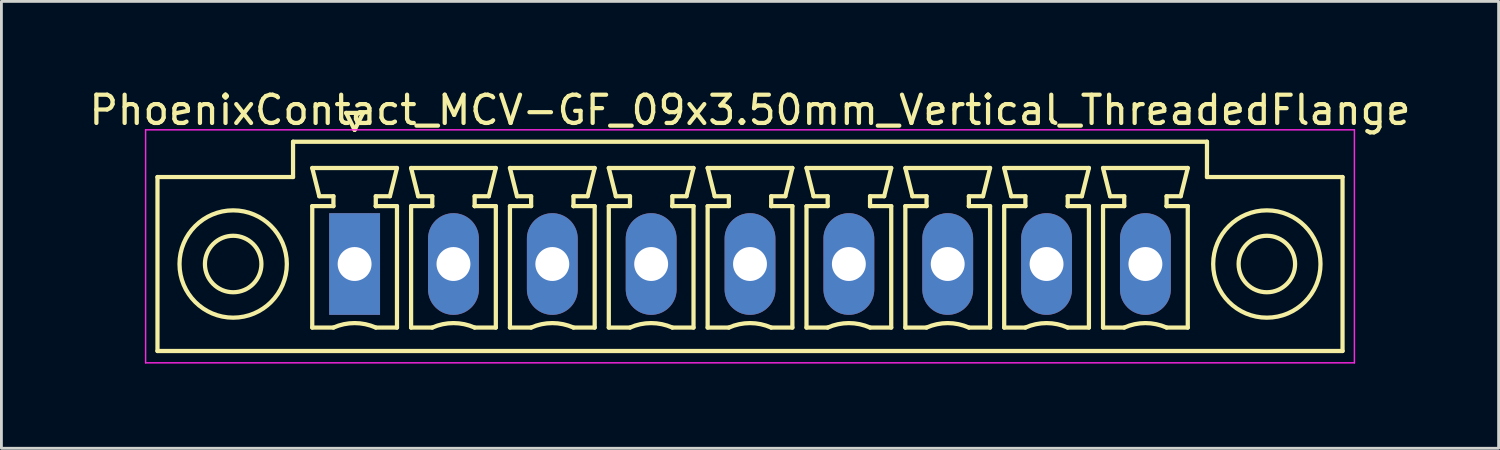
<source format=kicad_pcb>
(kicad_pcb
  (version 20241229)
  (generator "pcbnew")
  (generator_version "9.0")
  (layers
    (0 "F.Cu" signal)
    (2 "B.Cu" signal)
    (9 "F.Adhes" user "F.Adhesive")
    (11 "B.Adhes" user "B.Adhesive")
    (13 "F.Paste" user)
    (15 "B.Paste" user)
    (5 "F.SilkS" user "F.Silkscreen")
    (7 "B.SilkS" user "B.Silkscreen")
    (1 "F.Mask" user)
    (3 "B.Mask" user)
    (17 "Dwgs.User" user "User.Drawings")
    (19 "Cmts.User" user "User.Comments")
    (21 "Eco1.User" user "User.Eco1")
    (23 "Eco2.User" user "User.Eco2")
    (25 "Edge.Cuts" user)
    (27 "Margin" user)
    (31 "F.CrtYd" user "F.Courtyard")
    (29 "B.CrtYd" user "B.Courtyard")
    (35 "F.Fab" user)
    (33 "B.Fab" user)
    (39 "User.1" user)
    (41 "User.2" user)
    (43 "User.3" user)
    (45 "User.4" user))
  (footprint "PhoenixContact_MCV-GF_09x3.50mm_Vertical_ThreadedFlange"
    (layer "F.Cu")
    (at 9.506 6.298)
    (property "Reference" "PhoenixContact_MCV-GF_09x3.50mm_Vertical_ThreadedFlange" (at 14 -5.45 0) (layer "F.SilkS") (effects (font (size 1 1) (thickness 0.15))))
    (attr through_hole)
    (fp_line (start -6.98 -3.08) (end -6.98 3.08) (stroke (width 0.15) (type solid)) (layer "F.SilkS"))
    (fp_line (start -6.98 3.08) (end 34.98 3.08) (stroke (width 0.15) (type solid)) (layer "F.SilkS"))
    (fp_line (start -2.18 -4.33) (end -2.18 -3.08) (stroke (width 0.15) (type solid)) (layer "F.SilkS"))
    (fp_line (start -2.18 -3.08) (end -6.98 -3.08) (stroke (width 0.15) (type solid)) (layer "F.SilkS"))
    (fp_line (start -1.5 -3.4) (end 1.5 -3.4) (stroke (width 0.15) (type solid)) (layer "F.SilkS"))
    (fp_line (start -1.5 -2.05) (end -0.75 -2.05) (stroke (width 0.15) (type solid)) (layer "F.SilkS"))
    (fp_line (start -1.5 2.25) (end -1.5 -2.05) (stroke (width 0.15) (type solid)) (layer "F.SilkS"))
    (fp_line (start -1.25 -2.4) (end -1.5 -3.4) (stroke (width 0.15) (type solid)) (layer "F.SilkS"))
    (fp_line (start -0.75 -2.4) (end -1.25 -2.4) (stroke (width 0.15) (type solid)) (layer "F.SilkS"))
    (fp_line (start -0.75 -2.05) (end -0.75 -2.4) (stroke (width 0.15) (type solid)) (layer "F.SilkS"))
    (fp_line (start -0.75 2.25) (end -1.5 2.25) (stroke (width 0.15) (type solid)) (layer "F.SilkS"))
    (fp_line (start -0.3 -5.35) (end 0 -4.75) (stroke (width 0.15) (type solid)) (layer "F.SilkS"))
    (fp_line (start 0 -4.75) (end 0.3 -5.35) (stroke (width 0.15) (type solid)) (layer "F.SilkS"))
    (fp_line (start 0.3 -5.35) (end -0.3 -5.35) (stroke (width 0.15) (type solid)) (layer "F.SilkS"))
    (fp_line (start 0.75 -2.4) (end 0.75 -2.05) (stroke (width 0.15) (type solid)) (layer "F.SilkS"))
    (fp_line (start 0.75 -2.05) (end 0.75 -2.05) (stroke (width 0.15) (type solid)) (layer "F.SilkS"))
    (fp_line (start 0.75 -2.05) (end 1.5 -2.05) (stroke (width 0.15) (type solid)) (layer "F.SilkS"))
    (fp_line (start 1.25 -2.4) (end 0.75 -2.4) (stroke (width 0.15) (type solid)) (layer "F.SilkS"))
    (fp_line (start 1.5 -3.4) (end 1.25 -2.4) (stroke (width 0.15) (type solid)) (layer "F.SilkS"))
    (fp_line (start 1.5 -2.05) (end 1.5 2.25) (stroke (width 0.15) (type solid)) (layer "F.SilkS"))
    (fp_line (start 1.5 2.25) (end 0.75 2.25) (stroke (width 0.15) (type solid)) (layer "F.SilkS"))
    (fp_line (start 2 -3.4) (end 5 -3.4) (stroke (width 0.15) (type solid)) (layer "F.SilkS"))
    (fp_line (start 2 -2.05) (end 2.75 -2.05) (stroke (width 0.15) (type solid)) (layer "F.SilkS"))
    (fp_line (start 2 2.25) (end 2 -2.05) (stroke (width 0.15) (type solid)) (layer "F.SilkS"))
    (fp_line (start 2.25 -2.4) (end 2 -3.4) (stroke (width 0.15) (type solid)) (layer "F.SilkS"))
    (fp_line (start 2.75 -2.4) (end 2.25 -2.4) (stroke (width 0.15) (type solid)) (layer "F.SilkS"))
    (fp_line (start 2.75 -2.05) (end 2.75 -2.4) (stroke (width 0.15) (type solid)) (layer "F.SilkS"))
    (fp_line (start 2.75 2.25) (end 2 2.25) (stroke (width 0.15) (type solid)) (layer "F.SilkS"))
    (fp_line (start 4.25 -2.4) (end 4.25 -2.05) (stroke (width 0.15) (type solid)) (layer "F.SilkS"))
    (fp_line (start 4.25 -2.05) (end 4.25 -2.05) (stroke (width 0.15) (type solid)) (layer "F.SilkS"))
    (fp_line (start 4.25 -2.05) (end 5 -2.05) (stroke (width 0.15) (type solid)) (layer "F.SilkS"))
    (fp_line (start 4.75 -2.4) (end 4.25 -2.4) (stroke (width 0.15) (type solid)) (layer "F.SilkS"))
    (fp_line (start 5 -3.4) (end 4.75 -2.4) (stroke (width 0.15) (type solid)) (layer "F.SilkS"))
    (fp_line (start 5 -2.05) (end 5 2.25) (stroke (width 0.15) (type solid)) (layer "F.SilkS"))
    (fp_line (start 5 2.25) (end 4.25 2.25) (stroke (width 0.15) (type solid)) (layer "F.SilkS"))
    (fp_line (start 5.5 -3.4) (end 8.5 -3.4) (stroke (width 0.15) (type solid)) (layer "F.SilkS"))
    (fp_line (start 5.5 -2.05) (end 6.25 -2.05) (stroke (width 0.15) (type solid)) (layer "F.SilkS"))
    (fp_line (start 5.5 2.25) (end 5.5 -2.05) (stroke (width 0.15) (type solid)) (layer "F.SilkS"))
    (fp_line (start 5.75 -2.4) (end 5.5 -3.4) (stroke (width 0.15) (type solid)) (layer "F.SilkS"))
    (fp_line (start 6.25 -2.4) (end 5.75 -2.4) (stroke (width 0.15) (type solid)) (layer "F.SilkS"))
    (fp_line (start 6.25 -2.05) (end 6.25 -2.4) (stroke (width 0.15) (type solid)) (layer "F.SilkS"))
    (fp_line (start 6.25 2.25) (end 5.5 2.25) (stroke (width 0.15) (type solid)) (layer "F.SilkS"))
    (fp_line (start 7.75 -2.4) (end 7.75 -2.05) (stroke (width 0.15) (type solid)) (layer "F.SilkS"))
    (fp_line (start 7.75 -2.05) (end 7.75 -2.05) (stroke (width 0.15) (type solid)) (layer "F.SilkS"))
    (fp_line (start 7.75 -2.05) (end 8.5 -2.05) (stroke (width 0.15) (type solid)) (layer "F.SilkS"))
    (fp_line (start 8.25 -2.4) (end 7.75 -2.4) (stroke (width 0.15) (type solid)) (layer "F.SilkS"))
    (fp_line (start 8.5 -3.4) (end 8.25 -2.4) (stroke (width 0.15) (type solid)) (layer "F.SilkS"))
    (fp_line (start 8.5 -2.05) (end 8.5 2.25) (stroke (width 0.15) (type solid)) (layer "F.SilkS"))
    (fp_line (start 8.5 2.25) (end 7.75 2.25) (stroke (width 0.15) (type solid)) (layer "F.SilkS"))
    (fp_line (start 9 -3.4) (end 12 -3.4) (stroke (width 0.15) (type solid)) (layer "F.SilkS"))
    (fp_line (start 9 -2.05) (end 9.75 -2.05) (stroke (width 0.15) (type solid)) (layer "F.SilkS"))
    (fp_line (start 9 2.25) (end 9 -2.05) (stroke (width 0.15) (type solid)) (layer "F.SilkS"))
    (fp_line (start 9.25 -2.4) (end 9 -3.4) (stroke (width 0.15) (type solid)) (layer "F.SilkS"))
    (fp_line (start 9.75 -2.4) (end 9.25 -2.4) (stroke (width 0.15) (type solid)) (layer "F.SilkS"))
    (fp_line (start 9.75 -2.05) (end 9.75 -2.4) (stroke (width 0.15) (type solid)) (layer "F.SilkS"))
    (fp_line (start 9.75 2.25) (end 9 2.25) (stroke (width 0.15) (type solid)) (layer "F.SilkS"))
    (fp_line (start 11.25 -2.4) (end 11.25 -2.05) (stroke (width 0.15) (type solid)) (layer "F.SilkS"))
    (fp_line (start 11.25 -2.05) (end 11.25 -2.05) (stroke (width 0.15) (type solid)) (layer "F.SilkS"))
    (fp_line (start 11.25 -2.05) (end 12 -2.05) (stroke (width 0.15) (type solid)) (layer "F.SilkS"))
    (fp_line (start 11.75 -2.4) (end 11.25 -2.4) (stroke (width 0.15) (type solid)) (layer "F.SilkS"))
    (fp_line (start 12 -3.4) (end 11.75 -2.4) (stroke (width 0.15) (type solid)) (layer "F.SilkS"))
    (fp_line (start 12 -2.05) (end 12 2.25) (stroke (width 0.15) (type solid)) (layer "F.SilkS"))
    (fp_line (start 12 2.25) (end 11.25 2.25) (stroke (width 0.15) (type solid)) (layer "F.SilkS"))
    (fp_line (start 12.5 -3.4) (end 15.5 -3.4) (stroke (width 0.15) (type solid)) (layer "F.SilkS"))
    (fp_line (start 12.5 -2.05) (end 13.25 -2.05) (stroke (width 0.15) (type solid)) (layer "F.SilkS"))
    (fp_line (start 12.5 2.25) (end 12.5 -2.05) (stroke (width 0.15) (type solid)) (layer "F.SilkS"))
    (fp_line (start 12.75 -2.4) (end 12.5 -3.4) (stroke (width 0.15) (type solid)) (layer "F.SilkS"))
    (fp_line (start 13.25 -2.4) (end 12.75 -2.4) (stroke (width 0.15) (type solid)) (layer "F.SilkS"))
    (fp_line (start 13.25 -2.05) (end 13.25 -2.4) (stroke (width 0.15) (type solid)) (layer "F.SilkS"))
    (fp_line (start 13.25 2.25) (end 12.5 2.25) (stroke (width 0.15) (type solid)) (layer "F.SilkS"))
    (fp_line (start 14.75 -2.4) (end 14.75 -2.05) (stroke (width 0.15) (type solid)) (layer "F.SilkS"))
    (fp_line (start 14.75 -2.05) (end 14.75 -2.05) (stroke (width 0.15) (type solid)) (layer "F.SilkS"))
    (fp_line (start 14.75 -2.05) (end 15.5 -2.05) (stroke (width 0.15) (type solid)) (layer "F.SilkS"))
    (fp_line (start 15.25 -2.4) (end 14.75 -2.4) (stroke (width 0.15) (type solid)) (layer "F.SilkS"))
    (fp_line (start 15.5 -3.4) (end 15.25 -2.4) (stroke (width 0.15) (type solid)) (layer "F.SilkS"))
    (fp_line (start 15.5 -2.05) (end 15.5 2.25) (stroke (width 0.15) (type solid)) (layer "F.SilkS"))
    (fp_line (start 15.5 2.25) (end 14.75 2.25) (stroke (width 0.15) (type solid)) (layer "F.SilkS"))
    (fp_line (start 16 -3.4) (end 19 -3.4) (stroke (width 0.15) (type solid)) (layer "F.SilkS"))
    (fp_line (start 16 -2.05) (end 16.75 -2.05) (stroke (width 0.15) (type solid)) (layer "F.SilkS"))
    (fp_line (start 16 2.25) (end 16 -2.05) (stroke (width 0.15) (type solid)) (layer "F.SilkS"))
    (fp_line (start 16.25 -2.4) (end 16 -3.4) (stroke (width 0.15) (type solid)) (layer "F.SilkS"))
    (fp_line (start 16.75 -2.4) (end 16.25 -2.4) (stroke (width 0.15) (type solid)) (layer "F.SilkS"))
    (fp_line (start 16.75 -2.05) (end 16.75 -2.4) (stroke (width 0.15) (type solid)) (layer "F.SilkS"))
    (fp_line (start 16.75 2.25) (end 16 2.25) (stroke (width 0.15) (type solid)) (layer "F.SilkS"))
    (fp_line (start 18.25 -2.4) (end 18.25 -2.05) (stroke (width 0.15) (type solid)) (layer "F.SilkS"))
    (fp_line (start 18.25 -2.05) (end 18.25 -2.05) (stroke (width 0.15) (type solid)) (layer "F.SilkS"))
    (fp_line (start 18.25 -2.05) (end 19 -2.05) (stroke (width 0.15) (type solid)) (layer "F.SilkS"))
    (fp_line (start 18.75 -2.4) (end 18.25 -2.4) (stroke (width 0.15) (type solid)) (layer "F.SilkS"))
    (fp_line (start 19 -3.4) (end 18.75 -2.4) (stroke (width 0.15) (type solid)) (layer "F.SilkS"))
    (fp_line (start 19 -2.05) (end 19 2.25) (stroke (width 0.15) (type solid)) (layer "F.SilkS"))
    (fp_line (start 19 2.25) (end 18.25 2.25) (stroke (width 0.15) (type solid)) (layer "F.SilkS"))
    (fp_line (start 19.5 -3.4) (end 22.5 -3.4) (stroke (width 0.15) (type solid)) (layer "F.SilkS"))
    (fp_line (start 19.5 -2.05) (end 20.25 -2.05) (stroke (width 0.15) (type solid)) (layer "F.SilkS"))
    (fp_line (start 19.5 2.25) (end 19.5 -2.05) (stroke (width 0.15) (type solid)) (layer "F.SilkS"))
    (fp_line (start 19.75 -2.4) (end 19.5 -3.4) (stroke (width 0.15) (type solid)) (layer "F.SilkS"))
    (fp_line (start 20.25 -2.4) (end 19.75 -2.4) (stroke (width 0.15) (type solid)) (layer "F.SilkS"))
    (fp_line (start 20.25 -2.05) (end 20.25 -2.4) (stroke (width 0.15) (type solid)) (layer "F.SilkS"))
    (fp_line (start 20.25 2.25) (end 19.5 2.25) (stroke (width 0.15) (type solid)) (layer "F.SilkS"))
    (fp_line (start 21.75 -2.4) (end 21.75 -2.05) (stroke (width 0.15) (type solid)) (layer "F.SilkS"))
    (fp_line (start 21.75 -2.05) (end 21.75 -2.05) (stroke (width 0.15) (type solid)) (layer "F.SilkS"))
    (fp_line (start 21.75 -2.05) (end 22.5 -2.05) (stroke (width 0.15) (type solid)) (layer "F.SilkS"))
    (fp_line (start 22.25 -2.4) (end 21.75 -2.4) (stroke (width 0.15) (type solid)) (layer "F.SilkS"))
    (fp_line (start 22.5 -3.4) (end 22.25 -2.4) (stroke (width 0.15) (type solid)) (layer "F.SilkS"))
    (fp_line (start 22.5 -2.05) (end 22.5 2.25) (stroke (width 0.15) (type solid)) (layer "F.SilkS"))
    (fp_line (start 22.5 2.25) (end 21.75 2.25) (stroke (width 0.15) (type solid)) (layer "F.SilkS"))
    (fp_line (start 23 -3.4) (end 26 -3.4) (stroke (width 0.15) (type solid)) (layer "F.SilkS"))
    (fp_line (start 23 -2.05) (end 23.75 -2.05) (stroke (width 0.15) (type solid)) (layer "F.SilkS"))
    (fp_line (start 23 2.25) (end 23 -2.05) (stroke (width 0.15) (type solid)) (layer "F.SilkS"))
    (fp_line (start 23.25 -2.4) (end 23 -3.4) (stroke (width 0.15) (type solid)) (layer "F.SilkS"))
    (fp_line (start 23.75 -2.4) (end 23.25 -2.4) (stroke (width 0.15) (type solid)) (layer "F.SilkS"))
    (fp_line (start 23.75 -2.05) (end 23.75 -2.4) (stroke (width 0.15) (type solid)) (layer "F.SilkS"))
    (fp_line (start 23.75 2.25) (end 23 2.25) (stroke (width 0.15) (type solid)) (layer "F.SilkS"))
    (fp_line (start 25.25 -2.4) (end 25.25 -2.05) (stroke (width 0.15) (type solid)) (layer "F.SilkS"))
    (fp_line (start 25.25 -2.05) (end 25.25 -2.05) (stroke (width 0.15) (type solid)) (layer "F.SilkS"))
    (fp_line (start 25.25 -2.05) (end 26 -2.05) (stroke (width 0.15) (type solid)) (layer "F.SilkS"))
    (fp_line (start 25.75 -2.4) (end 25.25 -2.4) (stroke (width 0.15) (type solid)) (layer "F.SilkS"))
    (fp_line (start 26 -3.4) (end 25.75 -2.4) (stroke (width 0.15) (type solid)) (layer "F.SilkS"))
    (fp_line (start 26 -2.05) (end 26 2.25) (stroke (width 0.15) (type solid)) (layer "F.SilkS"))
    (fp_line (start 26 2.25) (end 25.25 2.25) (stroke (width 0.15) (type solid)) (layer "F.SilkS"))
    (fp_line (start 26.5 -3.4) (end 29.5 -3.4) (stroke (width 0.15) (type solid)) (layer "F.SilkS"))
    (fp_line (start 26.5 -2.05) (end 27.25 -2.05) (stroke (width 0.15) (type solid)) (layer "F.SilkS"))
    (fp_line (start 26.5 2.25) (end 26.5 -2.05) (stroke (width 0.15) (type solid)) (layer "F.SilkS"))
    (fp_line (start 26.75 -2.4) (end 26.5 -3.4) (stroke (width 0.15) (type solid)) (layer "F.SilkS"))
    (fp_line (start 27.25 -2.4) (end 26.75 -2.4) (stroke (width 0.15) (type solid)) (layer "F.SilkS"))
    (fp_line (start 27.25 -2.05) (end 27.25 -2.4) (stroke (width 0.15) (type solid)) (layer "F.SilkS"))
    (fp_line (start 27.25 2.25) (end 26.5 2.25) (stroke (width 0.15) (type solid)) (layer "F.SilkS"))
    (fp_line (start 28.75 -2.4) (end 28.75 -2.05) (stroke (width 0.15) (type solid)) (layer "F.SilkS"))
    (fp_line (start 28.75 -2.05) (end 28.75 -2.05) (stroke (width 0.15) (type solid)) (layer "F.SilkS"))
    (fp_line (start 28.75 -2.05) (end 29.5 -2.05) (stroke (width 0.15) (type solid)) (layer "F.SilkS"))
    (fp_line (start 29.25 -2.4) (end 28.75 -2.4) (stroke (width 0.15) (type solid)) (layer "F.SilkS"))
    (fp_line (start 29.5 -3.4) (end 29.25 -2.4) (stroke (width 0.15) (type solid)) (layer "F.SilkS"))
    (fp_line (start 29.5 -2.05) (end 29.5 2.25) (stroke (width 0.15) (type solid)) (layer "F.SilkS"))
    (fp_line (start 29.5 2.25) (end 28.75 2.25) (stroke (width 0.15) (type solid)) (layer "F.SilkS"))
    (fp_line (start 30.18 -4.33) (end -2.18 -4.33) (stroke (width 0.15) (type solid)) (layer "F.SilkS"))
    (fp_line (start 30.18 -3.08) (end 30.18 -4.33) (stroke (width 0.15) (type solid)) (layer "F.SilkS"))
    (fp_line (start 34.98 -3.08) (end 30.18 -3.08) (stroke (width 0.15) (type solid)) (layer "F.SilkS"))
    (fp_line (start 34.98 3.08) (end 34.98 -3.08) (stroke (width 0.15) (type solid)) (layer "F.SilkS"))
    (fp_arc (start -0.75 2.25) (mid -0.000193 2.09191) (end 0.749647 2.249844) (stroke (width 0.15) (type solid)) (layer "F.SilkS"))
    (fp_arc (start 2.75 2.25) (mid 3.499807 2.09191) (end 4.249647 2.249844) (stroke (width 0.15) (type solid)) (layer "F.SilkS"))
    (fp_arc (start 6.25 2.25) (mid 6.999807 2.09191) (end 7.749647 2.249844) (stroke (width 0.15) (type solid)) (layer "F.SilkS"))
    (fp_arc (start 9.75 2.25) (mid 10.499807 2.09191) (end 11.249647 2.249844) (stroke (width 0.15) (type solid)) (layer "F.SilkS"))
    (fp_arc (start 13.25 2.25) (mid 13.999807 2.09191) (end 14.749647 2.249844) (stroke (width 0.15) (type solid)) (layer "F.SilkS"))
    (fp_arc (start 16.75 2.25) (mid 17.499807 2.09191) (end 18.249647 2.249844) (stroke (width 0.15) (type solid)) (layer "F.SilkS"))
    (fp_arc (start 20.25 2.25) (mid 20.999807 2.09191) (end 21.749647 2.249844) (stroke (width 0.15) (type solid)) (layer "F.SilkS"))
    (fp_arc (start 23.75 2.25) (mid 24.499807 2.09191) (end 25.249647 2.249844) (stroke (width 0.15) (type solid)) (layer "F.SilkS"))
    (fp_arc (start 27.25 2.25) (mid 27.999807 2.09191) (end 28.749647 2.249844) (stroke (width 0.15) (type solid)) (layer "F.SilkS"))
    (fp_circle (center -4.3 0) (end -3.3 0) (stroke (width 0.15) (type solid)) (fill no) (layer "F.SilkS"))
    (fp_circle (center -4.3 0) (end -2.4 0) (stroke (width 0.15) (type solid)) (fill no) (layer "F.SilkS"))
    (fp_circle (center 32.3 0) (end 33.3 0) (stroke (width 0.15) (type solid)) (fill no) (layer "F.SilkS"))
    (fp_circle (center 32.3 0) (end 34.2 0) (stroke (width 0.15) (type solid)) (fill no) (layer "F.SilkS"))
    (fp_line (start -7.4 -4.75) (end -7.4 3.5) (stroke (width 0.05) (type solid)) (layer "F.CrtYd"))
    (fp_line (start -7.4 3.5) (end 35.4 3.5) (stroke (width 0.05) (type solid)) (layer "F.CrtYd"))
    (fp_line (start 35.4 -4.75) (end -7.4 -4.75) (stroke (width 0.05) (type solid)) (layer "F.CrtYd"))
    (fp_line (start 35.4 3.5) (end 35.4 -4.75) (stroke (width 0.05) (type solid)) (layer "F.CrtYd"))
    (pad "1" thru_hole rect (at 0 0) (size 1.8 3.6) (drill 1.2) (layers "*.Cu" "*.Mask"))
    (pad "2" thru_hole oval (at 3.5 0) (size 1.8 3.6) (drill 1.2) (layers "*.Cu" "*.Mask"))
    (pad "3" thru_hole oval (at 7 0) (size 1.8 3.6) (drill 1.2) (layers "*.Cu" "*.Mask"))
    (pad "4" thru_hole oval (at 10.5 0) (size 1.8 3.6) (drill 1.2) (layers "*.Cu" "*.Mask"))
    (pad "5" thru_hole oval (at 14 0) (size 1.8 3.6) (drill 1.2) (layers "*.Cu" "*.Mask"))
    (pad "6" thru_hole oval (at 17.5 0) (size 1.8 3.6) (drill 1.2) (layers "*.Cu" "*.Mask"))
    (pad "7" thru_hole oval (at 21 0) (size 1.8 3.6) (drill 1.2) (layers "*.Cu" "*.Mask"))
    (pad "8" thru_hole oval (at 24.5 0) (size 1.8 3.6) (drill 1.2) (layers "*.Cu" "*.Mask"))
    (pad "9" thru_hole oval (at 28 0) (size 1.8 3.6) (drill 1.2) (layers "*.Cu" "*.Mask")))
  (gr_rect
    (start -3 -3)
    (end 50.012 12.823)
    (stroke (width 0.1) (type default))
    (fill no)
    (layer "Edge.Cuts")))
</source>
